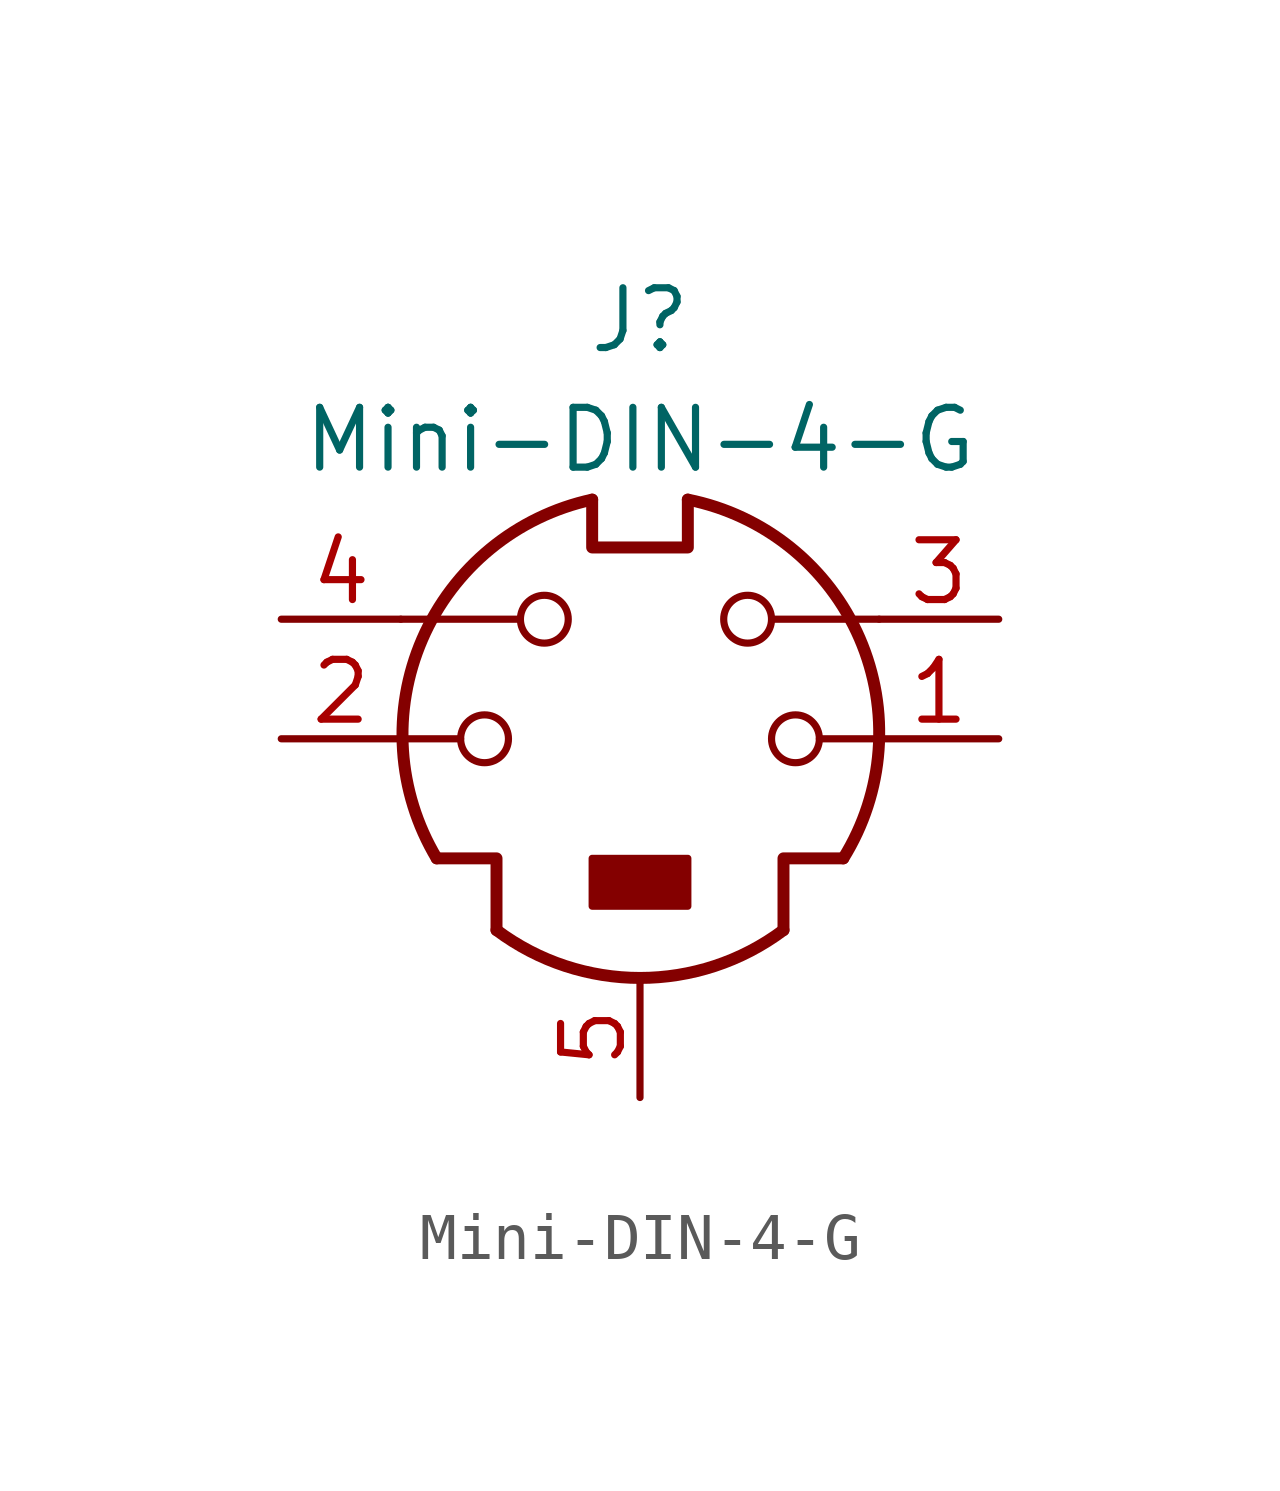
<source format=kicad_sym>
(kicad_symbol_lib
  (version 20241209)
  (generator "kicad_symbol_editor")
  (generator_version "9.0")
  (symbol "Mini-DIN-4-G"
    (pin_names
      (offset 1.016))
    (property "Reference" "J"
      (at 0 8.89 0)
      (effects (font (size 1.27 1.27))))
    (property "Value" "Mini-DIN-4-G"
      (at 0 6.35 0)
      (effects (font (size 1.27 1.27))))
    (symbol "Mini-DIN-4-G_0_1"
      (polyline (pts (xy -4.318 -2.54) (xy -3.048 -2.54) (xy -3.048 -4.064)) (stroke (width 0.254) (type default)) (fill (type none)))
      (polyline (pts (xy -3.81 0) (xy -5.08 0)) (stroke (width 0) (type default)) (fill (type none)))
      (circle (center -3.302 0) (radius 0.508) (stroke (width 0) (type default)) (fill (type none)))
      (polyline (pts (xy -2.54 2.54) (xy -5.08 2.54)) (stroke (width 0) (type default)) (fill (type none)))
      (circle (center -2.032 2.54) (radius 0.508) (stroke (width 0) (type default)) (fill (type none)))
      (polyline (pts (xy -1.016 5.08) (xy -1.016 4.064) (xy 1.016 4.064) (xy 1.016 5.08)) (stroke (width 0.254) (type default)) (fill (type none)))
      (rectangle (start -1.016 -2.54) (end 1.016 -3.556) (stroke (width 0) (type default)) (fill (type outline)))
      (arc (start 3.048 -4.064) (mid 0 -5.08) (end -3.048 -4.064) (stroke (width 0.254) (type default)) (fill (type none)))
      (arc (start 1.016 5.08) (mid 4.6646 2.1356) (end 4.318 -2.54) (stroke (width 0.254) (type default)) (fill (type none)))
      (arc (start -4.318 -2.54) (mid -4.6241 2.1181) (end -1.016 5.08) (stroke (width 0.254) (type default)) (fill (type none)))
      (circle (center 2.286 2.54) (radius 0.508) (stroke (width 0) (type default)) (fill (type none)))
      (polyline (pts (xy 2.794 2.54) (xy 5.08 2.54)) (stroke (width 0) (type default)) (fill (type none)))
      (circle (center 3.302 0) (radius 0.508) (stroke (width 0) (type default)) (fill (type none)))
      (polyline (pts (xy 4.318 -2.54) (xy 3.048 -2.54) (xy 3.048 -4.064)) (stroke (width 0.254) (type default)) (fill (type none)))
      (polyline (pts (xy 5.08 0) (xy 3.81 0)) (stroke (width 0) (type default)) (fill (type none))))
    (symbol "Mini-DIN-4-G_1_1"
      (pin passive line (at -7.62 2.54 0) (length 2.54) (name "~" (effects (font (size 1.27 1.27)))) (number "4" (effects (font (size 1.27 1.27)))))
      (pin passive line (at -7.62 0 0) (length 2.54) (name "~" (effects (font (size 1.27 1.27)))) (number "2" (effects (font (size 1.27 1.27)))))
      (pin passive line (at 0 -7.62 90) (length 2.54) (name "~" (effects (font (size 1.27 1.27)))) (number "5" (effects (font (size 1.27 1.27)))))
      (pin passive line (at 7.62 2.54 180) (length 2.54) (name "~" (effects (font (size 1.27 1.27)))) (number "3" (effects (font (size 1.27 1.27)))))
      (pin passive line (at 7.62 0 180) (length 2.54) (name "~" (effects (font (size 1.27 1.27)))) (number "1" (effects (font (size 1.27 1.27))))))))
</source>
